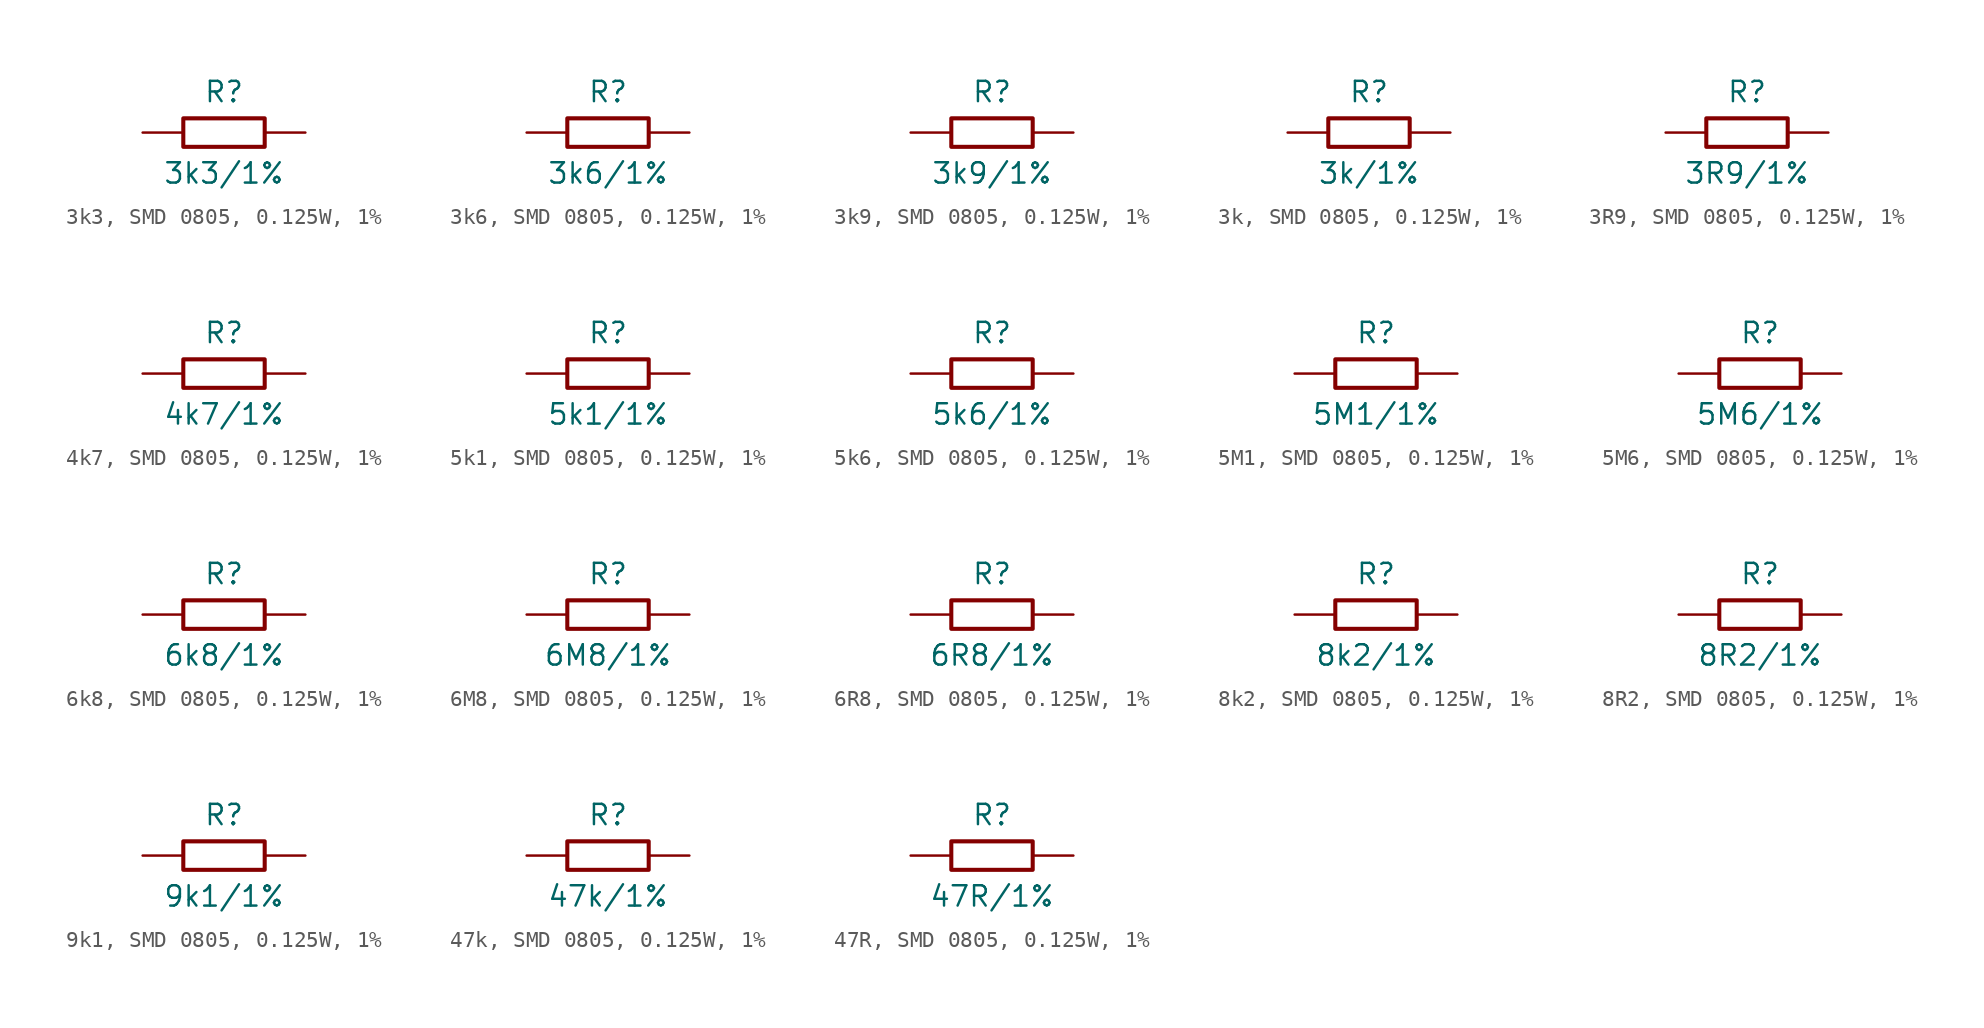
<source format=kicad_sym>
(kicad_symbol_lib
  (version 20241209)
  (generator "kicad_symbol_editor")
  (generator_version "9.0")
  (symbol "3k3, SMD 0805, 0.125W, 1%"
    (pin_numbers
      (hide yes))
    (pin_names
      (offset 0)
      (hide yes))
    (property "Reference" "R"
      (at 0 2.54 0)
      (effects (font (size 1.27 1.27))))
    (property "Value" "3k3/1%"
      (at 0 -2.54 0)
      (effects (font (size 1.27 1.27))))
    (symbol "3k3, SMD 0805, 0.125W, 1%_0_1"
      (rectangle (start -2.54 0.889) (end 2.54 -0.889) (stroke (width 0.254) (type default)) (fill (type none))))
    (symbol "3k3, SMD 0805, 0.125W, 1%_1_1"
      (pin passive line (at -5.08 0 0) (length 2.54) (name "1" (effects (font (size 1.27 1.27)))) (number "1" (effects (font (size 1.27 1.27)))))
      (pin passive line (at 5.08 0 180) (length 2.54) (name "2" (effects (font (size 1.27 1.27)))) (number "2" (effects (font (size 1.27 1.27)))))))
  (symbol "3k6, SMD 0805, 0.125W, 1%"
    (pin_numbers
      (hide yes))
    (pin_names
      (offset 0)
      (hide yes))
    (property "Reference" "R"
      (at 0 2.54 0)
      (effects (font (size 1.27 1.27))))
    (property "Value" "3k6/1%"
      (at 0 -2.54 0)
      (effects (font (size 1.27 1.27))))
    (symbol "3k6, SMD 0805, 0.125W, 1%_0_1"
      (rectangle (start -2.54 0.889) (end 2.54 -0.889) (stroke (width 0.254) (type default)) (fill (type none))))
    (symbol "3k6, SMD 0805, 0.125W, 1%_1_1"
      (pin passive line (at -5.08 0 0) (length 2.54) (name "1" (effects (font (size 1.27 1.27)))) (number "1" (effects (font (size 1.27 1.27)))))
      (pin passive line (at 5.08 0 180) (length 2.54) (name "2" (effects (font (size 1.27 1.27)))) (number "2" (effects (font (size 1.27 1.27)))))))
  (symbol "3k9, SMD 0805, 0.125W, 1%"
    (pin_numbers
      (hide yes))
    (pin_names
      (offset 0)
      (hide yes))
    (property "Reference" "R"
      (at 0 2.54 0)
      (effects (font (size 1.27 1.27))))
    (property "Value" "3k9/1%"
      (at 0 -2.54 0)
      (effects (font (size 1.27 1.27))))
    (symbol "3k9, SMD 0805, 0.125W, 1%_0_1"
      (rectangle (start -2.54 0.889) (end 2.54 -0.889) (stroke (width 0.254) (type default)) (fill (type none))))
    (symbol "3k9, SMD 0805, 0.125W, 1%_1_1"
      (pin passive line (at -5.08 0 0) (length 2.54) (name "1" (effects (font (size 1.27 1.27)))) (number "1" (effects (font (size 1.27 1.27)))))
      (pin passive line (at 5.08 0 180) (length 2.54) (name "2" (effects (font (size 1.27 1.27)))) (number "2" (effects (font (size 1.27 1.27)))))))
  (symbol "3k, SMD 0805, 0.125W, 1%"
    (pin_numbers
      (hide yes))
    (pin_names
      (offset 0)
      (hide yes))
    (property "Reference" "R"
      (at 0 2.54 0)
      (effects (font (size 1.27 1.27))))
    (property "Value" "3k/1%"
      (at 0 -2.54 0)
      (effects (font (size 1.27 1.27))))
    (symbol "3k, SMD 0805, 0.125W, 1%_0_1"
      (rectangle (start -2.54 0.889) (end 2.54 -0.889) (stroke (width 0.254) (type default)) (fill (type none))))
    (symbol "3k, SMD 0805, 0.125W, 1%_1_1"
      (pin passive line (at -5.08 0 0) (length 2.54) (name "1" (effects (font (size 1.27 1.27)))) (number "1" (effects (font (size 1.27 1.27)))))
      (pin passive line (at 5.08 0 180) (length 2.54) (name "2" (effects (font (size 1.27 1.27)))) (number "2" (effects (font (size 1.27 1.27)))))))
  (symbol "3R9, SMD 0805, 0.125W, 1%"
    (pin_numbers
      (hide yes))
    (pin_names
      (offset 0)
      (hide yes))
    (property "Reference" "R"
      (at 0 2.54 0)
      (effects (font (size 1.27 1.27))))
    (property "Value" "3R9/1%"
      (at 0 -2.54 0)
      (effects (font (size 1.27 1.27))))
    (symbol "3R9, SMD 0805, 0.125W, 1%_0_1"
      (rectangle (start -2.54 0.889) (end 2.54 -0.889) (stroke (width 0.254) (type default)) (fill (type none))))
    (symbol "3R9, SMD 0805, 0.125W, 1%_1_1"
      (pin passive line (at -5.08 0 0) (length 2.54) (name "1" (effects (font (size 1.27 1.27)))) (number "1" (effects (font (size 1.27 1.27)))))
      (pin passive line (at 5.08 0 180) (length 2.54) (name "2" (effects (font (size 1.27 1.27)))) (number "2" (effects (font (size 1.27 1.27)))))))
  (symbol "4k7, SMD 0805, 0.125W, 1%"
    (pin_numbers
      (hide yes))
    (pin_names
      (offset 0)
      (hide yes))
    (property "Reference" "R"
      (at 0 2.54 0)
      (effects (font (size 1.27 1.27))))
    (property "Value" "4k7/1%"
      (at 0 -2.54 0)
      (effects (font (size 1.27 1.27))))
    (symbol "4k7, SMD 0805, 0.125W, 1%_0_1"
      (rectangle (start -2.54 0.889) (end 2.54 -0.889) (stroke (width 0.254) (type default)) (fill (type none))))
    (symbol "4k7, SMD 0805, 0.125W, 1%_1_1"
      (pin passive line (at -5.08 0 0) (length 2.54) (name "1" (effects (font (size 1.27 1.27)))) (number "1" (effects (font (size 1.27 1.27)))))
      (pin passive line (at 5.08 0 180) (length 2.54) (name "2" (effects (font (size 1.27 1.27)))) (number "2" (effects (font (size 1.27 1.27)))))))
  (symbol "5k1, SMD 0805, 0.125W, 1%"
    (pin_numbers
      (hide yes))
    (pin_names
      (offset 0)
      (hide yes))
    (property "Reference" "R"
      (at 0 2.54 0)
      (effects (font (size 1.27 1.27))))
    (property "Value" "5k1/1%"
      (at 0 -2.54 0)
      (effects (font (size 1.27 1.27))))
    (symbol "5k1, SMD 0805, 0.125W, 1%_0_1"
      (rectangle (start -2.54 0.889) (end 2.54 -0.889) (stroke (width 0.254) (type default)) (fill (type none))))
    (symbol "5k1, SMD 0805, 0.125W, 1%_1_1"
      (pin passive line (at -5.08 0 0) (length 2.54) (name "1" (effects (font (size 1.27 1.27)))) (number "1" (effects (font (size 1.27 1.27)))))
      (pin passive line (at 5.08 0 180) (length 2.54) (name "2" (effects (font (size 1.27 1.27)))) (number "2" (effects (font (size 1.27 1.27)))))))
  (symbol "5k6, SMD 0805, 0.125W, 1%"
    (pin_numbers
      (hide yes))
    (pin_names
      (offset 0)
      (hide yes))
    (property "Reference" "R"
      (at 0 2.54 0)
      (effects (font (size 1.27 1.27))))
    (property "Value" "5k6/1%"
      (at 0 -2.54 0)
      (effects (font (size 1.27 1.27))))
    (symbol "5k6, SMD 0805, 0.125W, 1%_0_1"
      (rectangle (start -2.54 0.889) (end 2.54 -0.889) (stroke (width 0.254) (type default)) (fill (type none))))
    (symbol "5k6, SMD 0805, 0.125W, 1%_1_1"
      (pin passive line (at -5.08 0 0) (length 2.54) (name "1" (effects (font (size 1.27 1.27)))) (number "1" (effects (font (size 1.27 1.27)))))
      (pin passive line (at 5.08 0 180) (length 2.54) (name "2" (effects (font (size 1.27 1.27)))) (number "2" (effects (font (size 1.27 1.27)))))))
  (symbol "5M1, SMD 0805, 0.125W, 1%"
    (pin_numbers
      (hide yes))
    (pin_names
      (offset 0)
      (hide yes))
    (property "Reference" "R"
      (at 0 2.54 0)
      (effects (font (size 1.27 1.27))))
    (property "Value" "5M1/1%"
      (at 0 -2.54 0)
      (effects (font (size 1.27 1.27))))
    (symbol "5M1, SMD 0805, 0.125W, 1%_0_1"
      (rectangle (start -2.54 0.889) (end 2.54 -0.889) (stroke (width 0.254) (type default)) (fill (type none))))
    (symbol "5M1, SMD 0805, 0.125W, 1%_1_1"
      (pin passive line (at -5.08 0 0) (length 2.54) (name "1" (effects (font (size 1.27 1.27)))) (number "1" (effects (font (size 1.27 1.27)))))
      (pin passive line (at 5.08 0 180) (length 2.54) (name "2" (effects (font (size 1.27 1.27)))) (number "2" (effects (font (size 1.27 1.27)))))))
  (symbol "5M6, SMD 0805, 0.125W, 1%"
    (pin_numbers
      (hide yes))
    (pin_names
      (offset 0)
      (hide yes))
    (property "Reference" "R"
      (at 0 2.54 0)
      (effects (font (size 1.27 1.27))))
    (property "Value" "5M6/1%"
      (at 0 -2.54 0)
      (effects (font (size 1.27 1.27))))
    (symbol "5M6, SMD 0805, 0.125W, 1%_0_1"
      (rectangle (start -2.54 0.889) (end 2.54 -0.889) (stroke (width 0.254) (type default)) (fill (type none))))
    (symbol "5M6, SMD 0805, 0.125W, 1%_1_1"
      (pin passive line (at -5.08 0 0) (length 2.54) (name "1" (effects (font (size 1.27 1.27)))) (number "1" (effects (font (size 1.27 1.27)))))
      (pin passive line (at 5.08 0 180) (length 2.54) (name "2" (effects (font (size 1.27 1.27)))) (number "2" (effects (font (size 1.27 1.27)))))))
  (symbol "6k8, SMD 0805, 0.125W, 1%"
    (pin_numbers
      (hide yes))
    (pin_names
      (offset 0)
      (hide yes))
    (property "Reference" "R"
      (at 0 2.54 0)
      (effects (font (size 1.27 1.27))))
    (property "Value" "6k8/1%"
      (at 0 -2.54 0)
      (effects (font (size 1.27 1.27))))
    (symbol "6k8, SMD 0805, 0.125W, 1%_0_1"
      (rectangle (start -2.54 0.889) (end 2.54 -0.889) (stroke (width 0.254) (type default)) (fill (type none))))
    (symbol "6k8, SMD 0805, 0.125W, 1%_1_1"
      (pin passive line (at -5.08 0 0) (length 2.54) (name "1" (effects (font (size 1.27 1.27)))) (number "1" (effects (font (size 1.27 1.27)))))
      (pin passive line (at 5.08 0 180) (length 2.54) (name "2" (effects (font (size 1.27 1.27)))) (number "2" (effects (font (size 1.27 1.27)))))))
  (symbol "6M8, SMD 0805, 0.125W, 1%"
    (pin_numbers
      (hide yes))
    (pin_names
      (offset 0)
      (hide yes))
    (property "Reference" "R"
      (at 0 2.54 0)
      (effects (font (size 1.27 1.27))))
    (property "Value" "6M8/1%"
      (at 0 -2.54 0)
      (effects (font (size 1.27 1.27))))
    (symbol "6M8, SMD 0805, 0.125W, 1%_0_1"
      (rectangle (start -2.54 0.889) (end 2.54 -0.889) (stroke (width 0.254) (type default)) (fill (type none))))
    (symbol "6M8, SMD 0805, 0.125W, 1%_1_1"
      (pin passive line (at -5.08 0 0) (length 2.54) (name "1" (effects (font (size 1.27 1.27)))) (number "1" (effects (font (size 1.27 1.27)))))
      (pin passive line (at 5.08 0 180) (length 2.54) (name "2" (effects (font (size 1.27 1.27)))) (number "2" (effects (font (size 1.27 1.27)))))))
  (symbol "6R8, SMD 0805, 0.125W, 1%"
    (pin_numbers
      (hide yes))
    (pin_names
      (offset 0)
      (hide yes))
    (property "Reference" "R"
      (at 0 2.54 0)
      (effects (font (size 1.27 1.27))))
    (property "Value" "6R8/1%"
      (at 0 -2.54 0)
      (effects (font (size 1.27 1.27))))
    (symbol "6R8, SMD 0805, 0.125W, 1%_0_1"
      (rectangle (start -2.54 0.889) (end 2.54 -0.889) (stroke (width 0.254) (type default)) (fill (type none))))
    (symbol "6R8, SMD 0805, 0.125W, 1%_1_1"
      (pin passive line (at -5.08 0 0) (length 2.54) (name "1" (effects (font (size 1.27 1.27)))) (number "1" (effects (font (size 1.27 1.27)))))
      (pin passive line (at 5.08 0 180) (length 2.54) (name "2" (effects (font (size 1.27 1.27)))) (number "2" (effects (font (size 1.27 1.27)))))))
  (symbol "8k2, SMD 0805, 0.125W, 1%"
    (pin_numbers
      (hide yes))
    (pin_names
      (offset 0)
      (hide yes))
    (property "Reference" "R"
      (at 0 2.54 0)
      (effects (font (size 1.27 1.27))))
    (property "Value" "8k2/1%"
      (at 0 -2.54 0)
      (effects (font (size 1.27 1.27))))
    (symbol "8k2, SMD 0805, 0.125W, 1%_0_1"
      (rectangle (start -2.54 0.889) (end 2.54 -0.889) (stroke (width 0.254) (type default)) (fill (type none))))
    (symbol "8k2, SMD 0805, 0.125W, 1%_1_1"
      (pin passive line (at -5.08 0 0) (length 2.54) (name "1" (effects (font (size 1.27 1.27)))) (number "1" (effects (font (size 1.27 1.27)))))
      (pin passive line (at 5.08 0 180) (length 2.54) (name "2" (effects (font (size 1.27 1.27)))) (number "2" (effects (font (size 1.27 1.27)))))))
  (symbol "8R2, SMD 0805, 0.125W, 1%"
    (pin_numbers
      (hide yes))
    (pin_names
      (offset 0)
      (hide yes))
    (property "Reference" "R"
      (at 0 2.54 0)
      (effects (font (size 1.27 1.27))))
    (property "Value" "8R2/1%"
      (at 0 -2.54 0)
      (effects (font (size 1.27 1.27))))
    (symbol "8R2, SMD 0805, 0.125W, 1%_0_1"
      (rectangle (start -2.54 0.889) (end 2.54 -0.889) (stroke (width 0.254) (type default)) (fill (type none))))
    (symbol "8R2, SMD 0805, 0.125W, 1%_1_1"
      (pin passive line (at -5.08 0 0) (length 2.54) (name "1" (effects (font (size 1.27 1.27)))) (number "1" (effects (font (size 1.27 1.27)))))
      (pin passive line (at 5.08 0 180) (length 2.54) (name "2" (effects (font (size 1.27 1.27)))) (number "2" (effects (font (size 1.27 1.27)))))))
  (symbol "9k1, SMD 0805, 0.125W, 1%"
    (pin_numbers
      (hide yes))
    (pin_names
      (offset 0)
      (hide yes))
    (property "Reference" "R"
      (at 0 2.54 0)
      (effects (font (size 1.27 1.27))))
    (property "Value" "9k1/1%"
      (at 0 -2.54 0)
      (effects (font (size 1.27 1.27))))
    (symbol "9k1, SMD 0805, 0.125W, 1%_0_1"
      (rectangle (start -2.54 0.889) (end 2.54 -0.889) (stroke (width 0.254) (type default)) (fill (type none))))
    (symbol "9k1, SMD 0805, 0.125W, 1%_1_1"
      (pin passive line (at -5.08 0 0) (length 2.54) (name "1" (effects (font (size 1.27 1.27)))) (number "1" (effects (font (size 1.27 1.27)))))
      (pin passive line (at 5.08 0 180) (length 2.54) (name "2" (effects (font (size 1.27 1.27)))) (number "2" (effects (font (size 1.27 1.27)))))))
  (symbol "47k, SMD 0805, 0.125W, 1%"
    (pin_numbers
      (hide yes))
    (pin_names
      (offset 0)
      (hide yes))
    (property "Reference" "R"
      (at 0 2.54 0)
      (effects (font (size 1.27 1.27))))
    (property "Value" "47k/1%"
      (at 0 -2.54 0)
      (effects (font (size 1.27 1.27))))
    (symbol "47k, SMD 0805, 0.125W, 1%_0_1"
      (rectangle (start -2.54 0.889) (end 2.54 -0.889) (stroke (width 0.254) (type default)) (fill (type none))))
    (symbol "47k, SMD 0805, 0.125W, 1%_1_1"
      (pin passive line (at -5.08 0 0) (length 2.54) (name "1" (effects (font (size 1.27 1.27)))) (number "1" (effects (font (size 1.27 1.27)))))
      (pin passive line (at 5.08 0 180) (length 2.54) (name "2" (effects (font (size 1.27 1.27)))) (number "2" (effects (font (size 1.27 1.27)))))))
  (symbol "47R, SMD 0805, 0.125W, 1%"
    (pin_numbers
      (hide yes))
    (pin_names
      (offset 0)
      (hide yes))
    (property "Reference" "R"
      (at 0 2.54 0)
      (effects (font (size 1.27 1.27))))
    (property "Value" "47R/1%"
      (at 0 -2.54 0)
      (effects (font (size 1.27 1.27))))
    (symbol "47R, SMD 0805, 0.125W, 1%_0_1"
      (rectangle (start -2.54 0.889) (end 2.54 -0.889) (stroke (width 0.254) (type default)) (fill (type none))))
    (symbol "47R, SMD 0805, 0.125W, 1%_1_1"
      (pin passive line (at -5.08 0 0) (length 2.54) (name "1" (effects (font (size 1.27 1.27)))) (number "1" (effects (font (size 1.27 1.27)))))
      (pin passive line (at 5.08 0 180) (length 2.54) (name "2" (effects (font (size 1.27 1.27)))) (number "2" (effects (font (size 1.27 1.27))))))))
</source>
